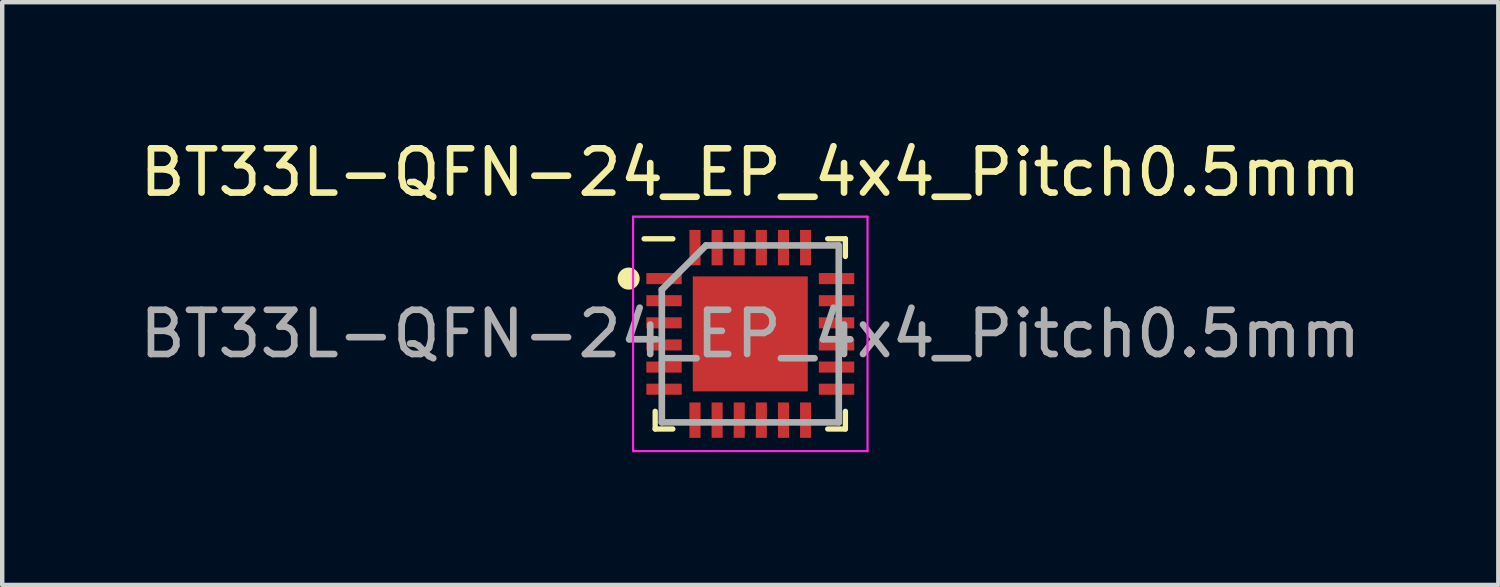
<source format=kicad_pcb>
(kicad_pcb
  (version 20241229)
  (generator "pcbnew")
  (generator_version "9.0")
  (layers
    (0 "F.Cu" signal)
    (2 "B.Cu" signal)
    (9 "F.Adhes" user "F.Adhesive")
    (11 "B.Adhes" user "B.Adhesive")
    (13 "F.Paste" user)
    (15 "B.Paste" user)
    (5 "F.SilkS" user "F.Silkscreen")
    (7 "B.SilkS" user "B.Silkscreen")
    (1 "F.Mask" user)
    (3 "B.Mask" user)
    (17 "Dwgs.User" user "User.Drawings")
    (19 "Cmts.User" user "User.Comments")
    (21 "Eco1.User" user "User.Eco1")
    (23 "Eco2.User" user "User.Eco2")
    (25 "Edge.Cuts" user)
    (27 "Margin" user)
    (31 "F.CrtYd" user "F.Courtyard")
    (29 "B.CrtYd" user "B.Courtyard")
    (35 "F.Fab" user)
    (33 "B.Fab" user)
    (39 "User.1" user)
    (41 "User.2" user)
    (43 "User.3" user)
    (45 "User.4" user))
  (footprint "BT33L-QFN-24_EP_4x4_Pitch0.5mm"
    (layer "F.Cu")
    (at 13.911 4.498)
    (property "Reference" "BT33L-QFN-24_EP_4x4_Pitch0.5mm" (at 0 -3.65 0) (layer "F.SilkS") (effects (font (size 1 1) (thickness 0.15))))
    (attr smd)
    (fp_line (start -2.15 2.15) (end -2.15 1.75) (stroke (width 0.12) (type default)) (layer "F.SilkS"))
    (fp_line (start -1.75 -2.15) (end -2.4 -2.15) (stroke (width 0.12) (type default)) (layer "F.SilkS"))
    (fp_line (start -1.75 2.15) (end -2.15 2.15) (stroke (width 0.12) (type default)) (layer "F.SilkS"))
    (fp_line (start 1.75 -2.15) (end 2.15 -2.15) (stroke (width 0.12) (type default)) (layer "F.SilkS"))
    (fp_line (start 1.75 2.15) (end 2.15 2.15) (stroke (width 0.12) (type default)) (layer "F.SilkS"))
    (fp_line (start 2.15 -2.15) (end 2.15 -1.75) (stroke (width 0.12) (type default)) (layer "F.SilkS"))
    (fp_line (start 2.15 2.15) (end 2.15 1.75) (stroke (width 0.12) (type default)) (layer "F.SilkS"))
    (fp_circle (center -2.75 -1.25) (end -2.55 -1.25) (stroke (width 0.1) (type solid)) (fill yes) (layer "F.SilkS"))
    (fp_rect (start -1.25 -1.25) (end 1.25 1.25) (stroke (width 0.1) (type solid)) (fill yes) (layer "F.Paste"))
    (fp_line (start -2.65 -2.65) (end 2.65 -2.65) (stroke (width 0.05) (type default)) (layer "F.CrtYd"))
    (fp_line (start -2.65 2.65) (end -2.65 -2.65) (stroke (width 0.05) (type default)) (layer "F.CrtYd"))
    (fp_line (start 2.65 -2.65) (end 2.65 2.65) (stroke (width 0.05) (type default)) (layer "F.CrtYd"))
    (fp_line (start 2.65 2.65) (end -2.65 2.65) (stroke (width 0.05) (type default)) (layer "F.CrtYd"))
    (fp_line (start -2 -1) (end -2 2) (stroke (width 0.15) (type default)) (layer "F.Fab"))
    (fp_line (start -2 2) (end 2 2) (stroke (width 0.15) (type default)) (layer "F.Fab"))
    (fp_line (start -1 -2) (end -2 -1) (stroke (width 0.15) (type default)) (layer "F.Fab"))
    (fp_line (start 2 -2) (end -1 -2) (stroke (width 0.15) (type default)) (layer "F.Fab"))
    (fp_line (start 2 2) (end 2 -2) (stroke (width 0.15) (type default)) (layer "F.Fab"))
    (fp_text user "${REFERENCE}" (at 0 0 0) (layer "F.Fab") (effects (font (size 1 1) (thickness 0.15))))
    (pad "" smd rect (at -0.975 -0.975) (size 0.000001 0.000001) (layers "F.Paste"))
    (pad "" smd rect (at -0.975 -0.325) (size 0.000001 0.000001) (layers "F.Paste"))
    (pad "" smd rect (at -0.975 0.325) (size 0.000001 0.000001) (layers "F.Paste"))
    (pad "" smd rect (at -0.975 0.975) (size 0.000001 0.000001) (layers "F.Paste"))
    (pad "" smd rect (at -0.325 -0.975) (size 0.000001 0.000001) (layers "F.Paste"))
    (pad "" smd rect (at -0.325 -0.325) (size 0.000001 0.000001) (layers "F.Paste"))
    (pad "" smd rect (at -0.325 0.325) (size 0.000001 0.000001) (layers "F.Paste"))
    (pad "" smd rect (at -0.325 0.975) (size 0.000001 0.000001) (layers "F.Paste"))
    (pad "" smd rect (at 0.325 -0.975) (size 0.000001 0.000001) (layers "F.Paste"))
    (pad "" smd rect (at 0.325 -0.325) (size 0.000001 0.000001) (layers "F.Paste"))
    (pad "" smd rect (at 0.325 0.325) (size 0.000001 0.000001) (layers "F.Paste"))
    (pad "" smd rect (at 0.325 0.975) (size 0.000001 0.000001) (layers "F.Paste"))
    (pad "" smd rect (at 0.975 -0.975) (size 0.000001 0.000001) (layers "F.Paste"))
    (pad "" smd rect (at 0.975 -0.325) (size 0.000001 0.000001) (layers "F.Paste"))
    (pad "" smd rect (at 0.975 0.325) (size 0.000001 0.000001) (layers "F.Paste"))
    (pad "" smd rect (at 0.975 0.975) (size 0.000001 0.000001) (layers "F.Paste"))
    (pad "1" smd rect (at -1.95 -1.25 90) (size 0.25 0.8) (layers "F.Cu" "F.Mask" "F.Paste"))
    (pad "2" smd rect (at -1.95 -0.75 90) (size 0.25 0.8) (layers "F.Cu" "F.Mask" "F.Paste"))
    (pad "3" smd rect (at -1.95 -0.25 90) (size 0.25 0.8) (layers "F.Cu" "F.Mask" "F.Paste"))
    (pad "4" smd rect (at -1.95 0.25 90) (size 0.25 0.8) (layers "F.Cu" "F.Mask" "F.Paste"))
    (pad "5" smd rect (at -1.95 0.75 90) (size 0.25 0.8) (layers "F.Cu" "F.Mask" "F.Paste"))
    (pad "6" smd rect (at -1.95 1.25 90) (size 0.25 0.8) (layers "F.Cu" "F.Mask" "F.Paste"))
    (pad "7" smd rect (at -1.25 1.95) (size 0.25 0.8) (layers "F.Cu" "F.Mask" "F.Paste"))
    (pad "8" smd rect (at -0.75 1.95) (size 0.25 0.8) (layers "F.Cu" "F.Mask" "F.Paste"))
    (pad "9" smd rect (at -0.25 1.95) (size 0.25 0.8) (layers "F.Cu" "F.Mask" "F.Paste"))
    (pad "10" smd rect (at 0.25 1.95) (size 0.25 0.8) (layers "F.Cu" "F.Mask" "F.Paste"))
    (pad "11" smd rect (at 0.75 1.95) (size 0.25 0.8) (layers "F.Cu" "F.Mask" "F.Paste"))
    (pad "12" smd rect (at 1.25 1.95) (size 0.25 0.8) (layers "F.Cu" "F.Mask" "F.Paste"))
    (pad "13" smd rect (at 1.95 1.25 90) (size 0.25 0.8) (layers "F.Cu" "F.Mask" "F.Paste"))
    (pad "14" smd rect (at 1.95 0.75 90) (size 0.25 0.8) (layers "F.Cu" "F.Mask" "F.Paste"))
    (pad "15" smd rect (at 1.95 0.25 90) (size 0.25 0.8) (layers "F.Cu" "F.Mask" "F.Paste"))
    (pad "16" smd rect (at 1.95 -0.25 90) (size 0.25 0.8) (layers "F.Cu" "F.Mask" "F.Paste"))
    (pad "17" smd rect (at 1.95 -0.75 90) (size 0.25 0.8) (layers "F.Cu" "F.Mask" "F.Paste"))
    (pad "18" smd rect (at 1.95 -1.25 90) (size 0.25 0.8) (layers "F.Cu" "F.Mask" "F.Paste"))
    (pad "19" smd rect (at 1.25 -1.95) (size 0.25 0.8) (layers "F.Cu" "F.Mask" "F.Paste"))
    (pad "20" smd rect (at 0.75 -1.95) (size 0.25 0.8) (layers "F.Cu" "F.Mask" "F.Paste"))
    (pad "21" smd rect (at 0.25 -1.95) (size 0.25 0.8) (layers "F.Cu" "F.Mask" "F.Paste"))
    (pad "22" smd rect (at -0.25 -1.95) (size 0.25 0.8) (layers "F.Cu" "F.Mask" "F.Paste"))
    (pad "23" smd rect (at -0.75 -1.95) (size 0.25 0.8) (layers "F.Cu" "F.Mask" "F.Paste"))
    (pad "24" smd rect (at -1.25 -1.95) (size 0.25 0.8) (layers "F.Cu" "F.Mask" "F.Paste"))
    (pad "25" smd rect (at 0 0) (size 2.6 2.6) (layers "F.Cu" "F.Mask")))
  (gr_rect
    (start -3 -3)
    (end 30.821 10.173)
    (stroke (width 0.1) (type default))
    (fill no)
    (layer "Edge.Cuts")))
</source>
